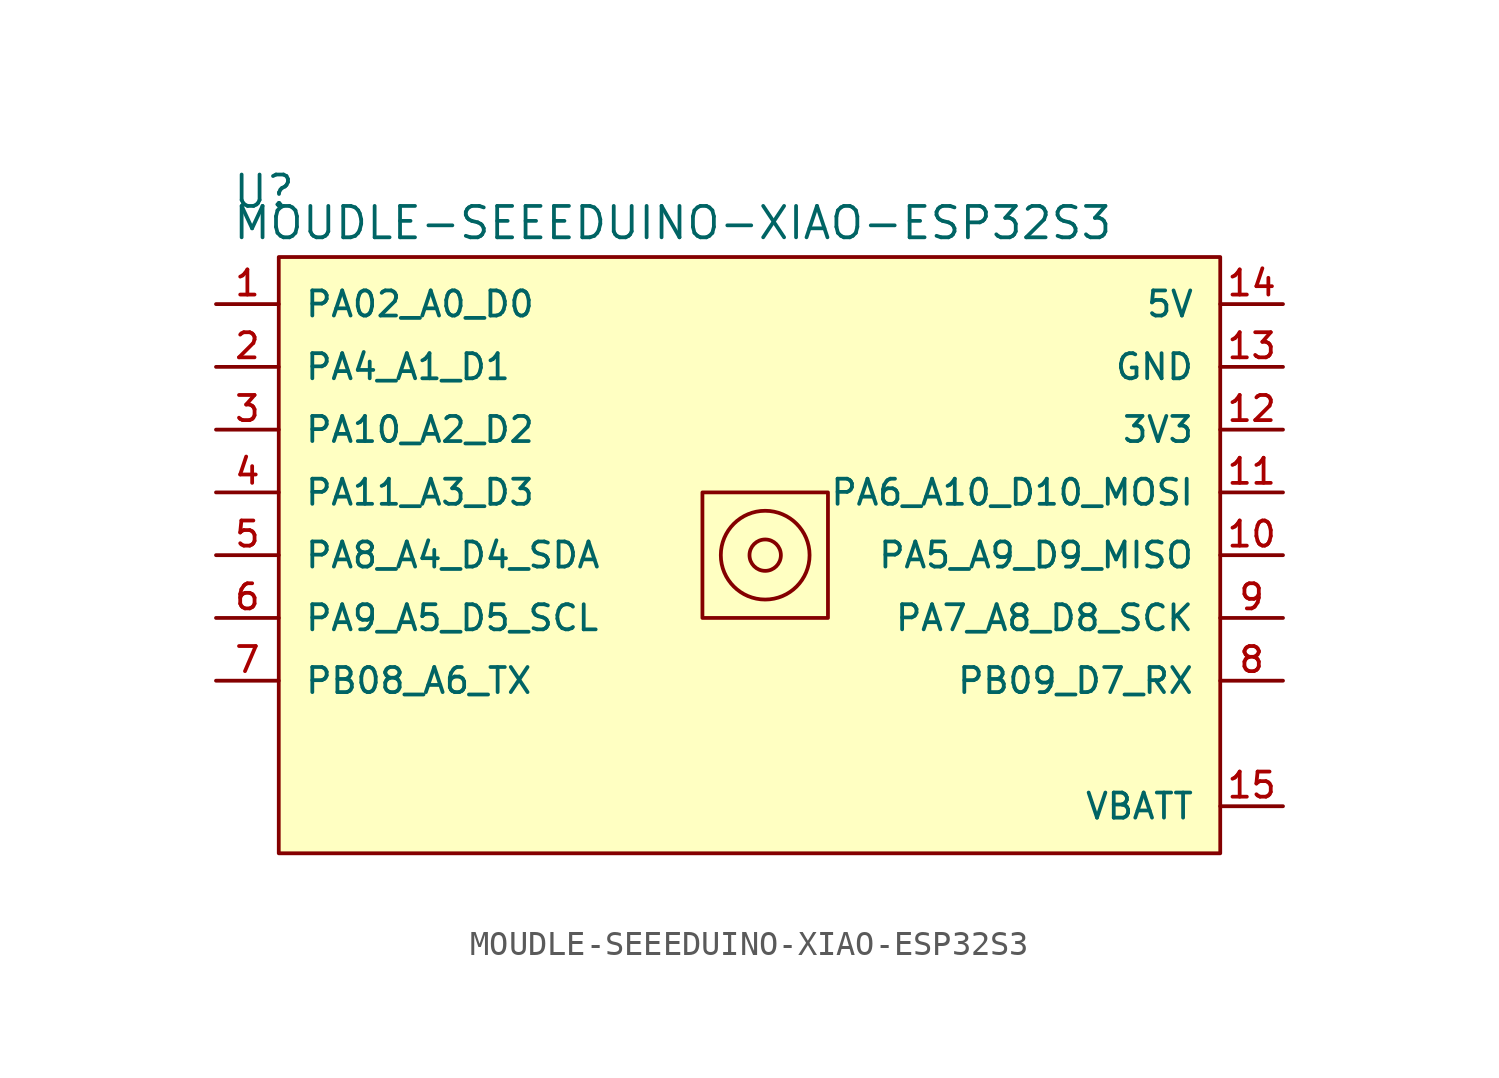
<source format=kicad_sym>
(kicad_symbol_lib
  (version 20211014)
  (generator kicad_symbol_editor)
  (symbol "MOUDLE-SEEEDUINO-XIAO-ESP32S3"
    (pin_names
      (offset 1.016))
    (property "Reference" "U"
      (at -21.59 15.24 0)
      (effects (font (size 1.27 1.27)) (justify left bottom)))
    (property "Value" "MOUDLE-SEEEDUINO-XIAO-ESP32S3"
      (at -21.59 13.97 0)
      (effects (font (size 1.27 1.27)) (justify left bottom)))
    (symbol "MOUDLE-SEEEDUINO-XIAO-ESP32S3_0_0"
      (text "" (at 20.32 -8.255 0) (effects (font (size 1.27 1.27))))
      (pin bidirectional line (at -22.225 11.43 0) (length 2.54) (name "PA02_A0_D0" (effects (font (size 1.016 1.016)))) (number "1" (effects (font (size 1.016 1.016)))))
      (pin bidirectional line (at 20.955 1.27 180) (length 2.54) (name "PA5_A9_D9_MISO" (effects (font (size 1.016 1.016)))) (number "10" (effects (font (size 1.016 1.016)))))
      (pin bidirectional line (at 20.955 3.81 180) (length 2.54) (name "PA6_A10_D10_MOSI" (effects (font (size 1.016 1.016)))) (number "11" (effects (font (size 1.016 1.016)))))
      (pin bidirectional line (at 20.955 6.35 180) (length 2.54) (name "3V3" (effects (font (size 1.016 1.016)))) (number "12" (effects (font (size 1.016 1.016)))))
      (pin bidirectional line (at 20.955 8.89 180) (length 2.54) (name "GND" (effects (font (size 1.016 1.016)))) (number "13" (effects (font (size 1.016 1.016)))))
      (pin bidirectional line (at 20.955 11.43 180) (length 2.54) (name "5V" (effects (font (size 1.016 1.016)))) (number "14" (effects (font (size 1.016 1.016)))))
      (pin bidirectional line (at 20.955 -8.89 180) (length 2.54) (name "VBATT" (effects (font (size 1.016 1.016)))) (number "15" (effects (font (size 1.016 1.016)))))
      (pin bidirectional line (at -22.225 8.89 0) (length 2.54) (name "PA4_A1_D1" (effects (font (size 1.016 1.016)))) (number "2" (effects (font (size 1.016 1.016)))))
      (pin bidirectional line (at -22.225 6.35 0) (length 2.54) (name "PA10_A2_D2" (effects (font (size 1.016 1.016)))) (number "3" (effects (font (size 1.016 1.016)))))
      (pin bidirectional line (at -22.225 3.81 0) (length 2.54) (name "PA11_A3_D3" (effects (font (size 1.016 1.016)))) (number "4" (effects (font (size 1.016 1.016)))))
      (pin bidirectional line (at -22.225 1.27 0) (length 2.54) (name "PA8_A4_D4_SDA" (effects (font (size 1.016 1.016)))) (number "5" (effects (font (size 1.016 1.016)))))
      (pin bidirectional line (at -22.225 -1.27 0) (length 2.54) (name "PA9_A5_D5_SCL" (effects (font (size 1.016 1.016)))) (number "6" (effects (font (size 1.016 1.016)))))
      (pin bidirectional line (at -22.225 -3.81 0) (length 2.54) (name "PB08_A6_TX" (effects (font (size 1.016 1.016)))) (number "7" (effects (font (size 1.016 1.016)))))
      (pin bidirectional line (at 20.955 -3.81 180) (length 2.54) (name "PB09_D7_RX" (effects (font (size 1.016 1.016)))) (number "8" (effects (font (size 1.016 1.016)))))
      (pin bidirectional line (at 20.955 -1.27 180) (length 2.54) (name "PA7_A8_D8_SCK" (effects (font (size 1.016 1.016)))) (number "9" (effects (font (size 1.016 1.016))))))
    (symbol "MOUDLE-SEEEDUINO-XIAO-ESP32S3_0_1"
      (rectangle (start -19.685 13.335) (end 18.415 -10.795) (stroke (width 0) (type default) (color 0 0 0 0)) (fill (type background)))
      (rectangle (start -2.54 3.81) (end 2.54 -1.27) (stroke (width 0) (type default) (color 0 0 0 0)) (fill (type none)))
      (circle (center 0 1.27) (radius 0.635) (stroke (width 0) (type default) (color 0 0 0 0)) (fill (type none)))
      (circle (center 0 1.27) (radius 1.796) (stroke (width 0) (type default) (color 0 0 0 0)) (fill (type none))))))
</source>
